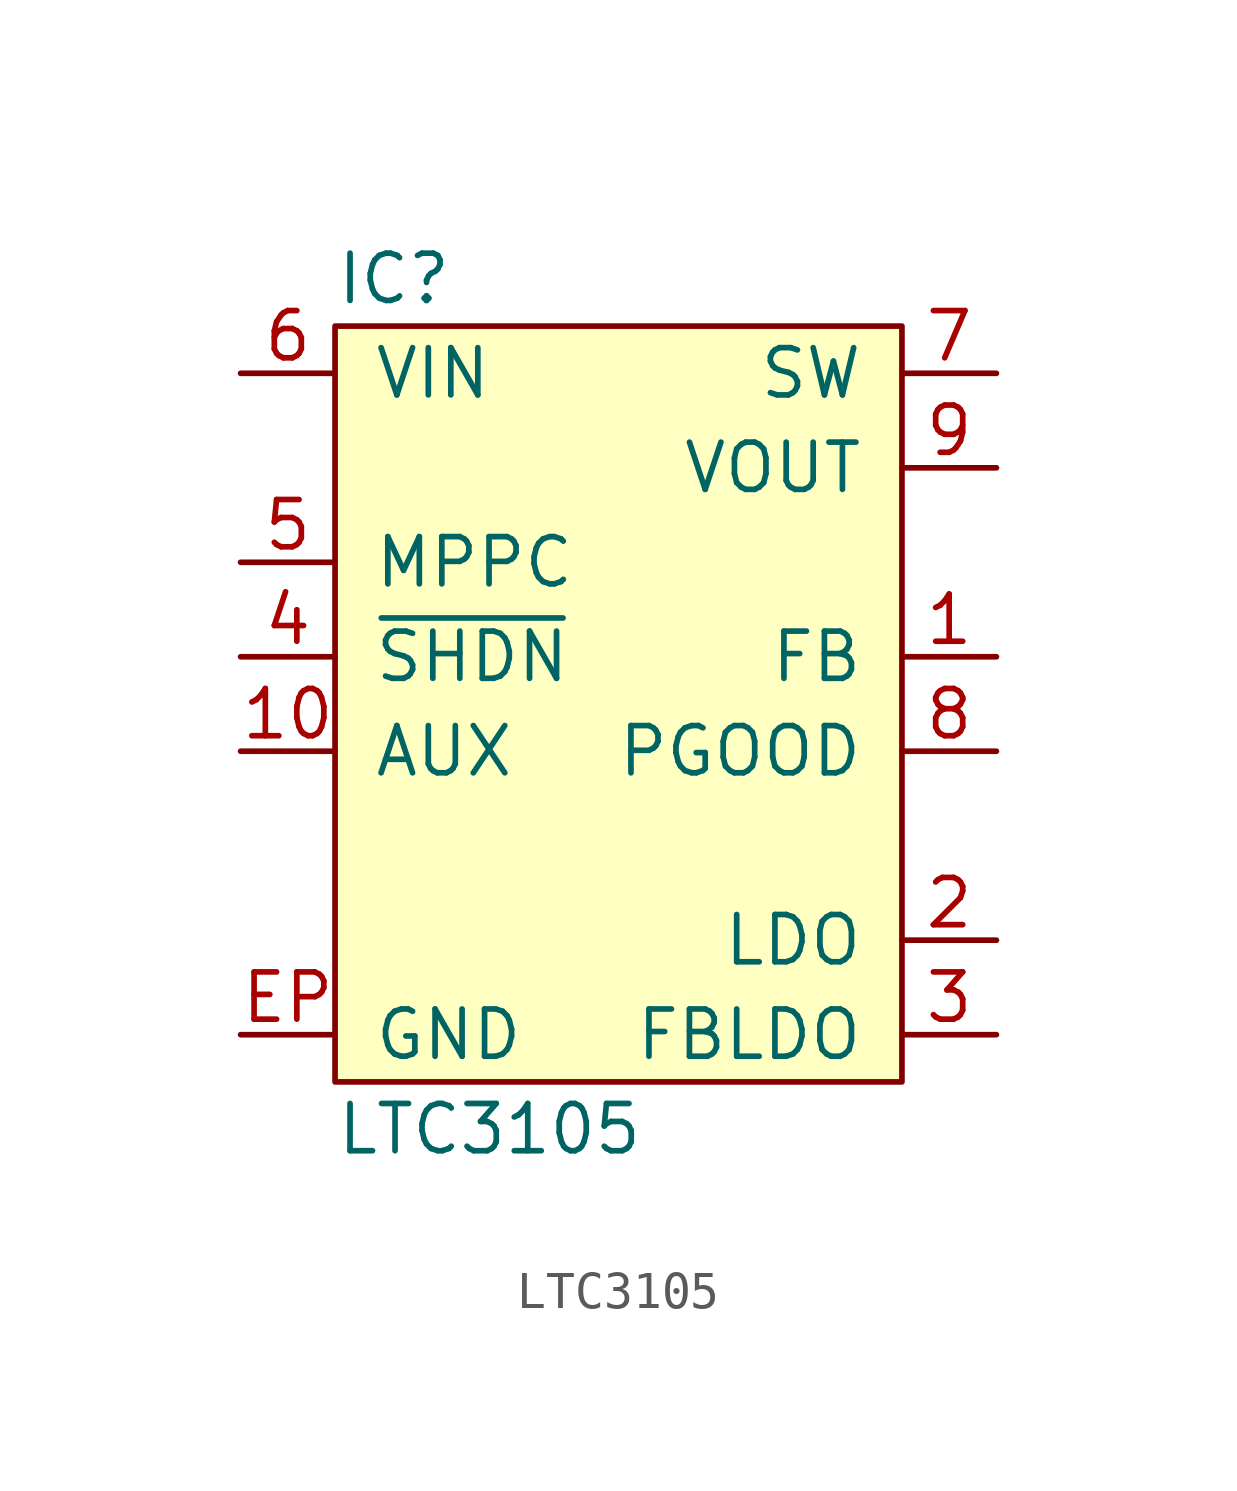
<source format=kicad_sym>
(kicad_symbol_lib
  (version 20211014)
  (generator kicad_symbol_editor)
  (symbol "LTC3105"
    (pin_names
      (offset 1.016))
    (property "Reference" "IC"
      (at -7.62 10.16 0)
      (effects (font (size 1.27 1.27)) (justify left)))
    (property "Value" "LTC3105"
      (at -7.62 -12.7 0)
      (effects (font (size 1.27 1.27)) (justify left)))
    (symbol "LTC3105_0_1"
      (rectangle (start -7.62 8.89) (end 7.62 -11.43) (stroke (width 0) (type default) (color 0 0 0 0)) (fill (type background))))
    (symbol "LTC3105_1_1"
      (pin input line (at 10.16 0 180) (length 2.54) (name "FB" (effects (font (size 1.27 1.27)))) (number "1" (effects (font (size 1.27 1.27)))))
      (pin passive line (at -10.16 -2.54 0) (length 2.54) (name "AUX" (effects (font (size 1.27 1.27)))) (number "10" (effects (font (size 1.27 1.27)))))
      (pin power_out line (at 10.16 -7.62 180) (length 2.54) (name "LDO" (effects (font (size 1.27 1.27)))) (number "2" (effects (font (size 1.27 1.27)))))
      (pin input line (at 10.16 -10.16 180) (length 2.54) (name "FBLDO" (effects (font (size 1.27 1.27)))) (number "3" (effects (font (size 1.27 1.27)))))
      (pin input line (at -10.16 0 0) (length 2.54) (name "~{SHDN}" (effects (font (size 1.27 1.27)))) (number "4" (effects (font (size 1.27 1.27)))))
      (pin input line (at -10.16 2.54 0) (length 2.54) (name "MPPC" (effects (font (size 1.27 1.27)))) (number "5" (effects (font (size 1.27 1.27)))))
      (pin power_in line (at -10.16 7.62 0) (length 2.54) (name "VIN" (effects (font (size 1.27 1.27)))) (number "6" (effects (font (size 1.27 1.27)))))
      (pin passive line (at 10.16 7.62 180) (length 2.54) (name "SW" (effects (font (size 1.27 1.27)))) (number "7" (effects (font (size 1.27 1.27)))))
      (pin output line (at 10.16 -2.54 180) (length 2.54) (name "PGOOD" (effects (font (size 1.27 1.27)))) (number "8" (effects (font (size 1.27 1.27)))))
      (pin power_out line (at 10.16 5.08 180) (length 2.54) (name "VOUT" (effects (font (size 1.27 1.27)))) (number "9" (effects (font (size 1.27 1.27)))))
      (pin power_in line (at -10.16 -10.16 0) (length 2.54) (name "GND" (effects (font (size 1.27 1.27)))) (number "EP" (effects (font (size 1.27 1.27))))))))
</source>
